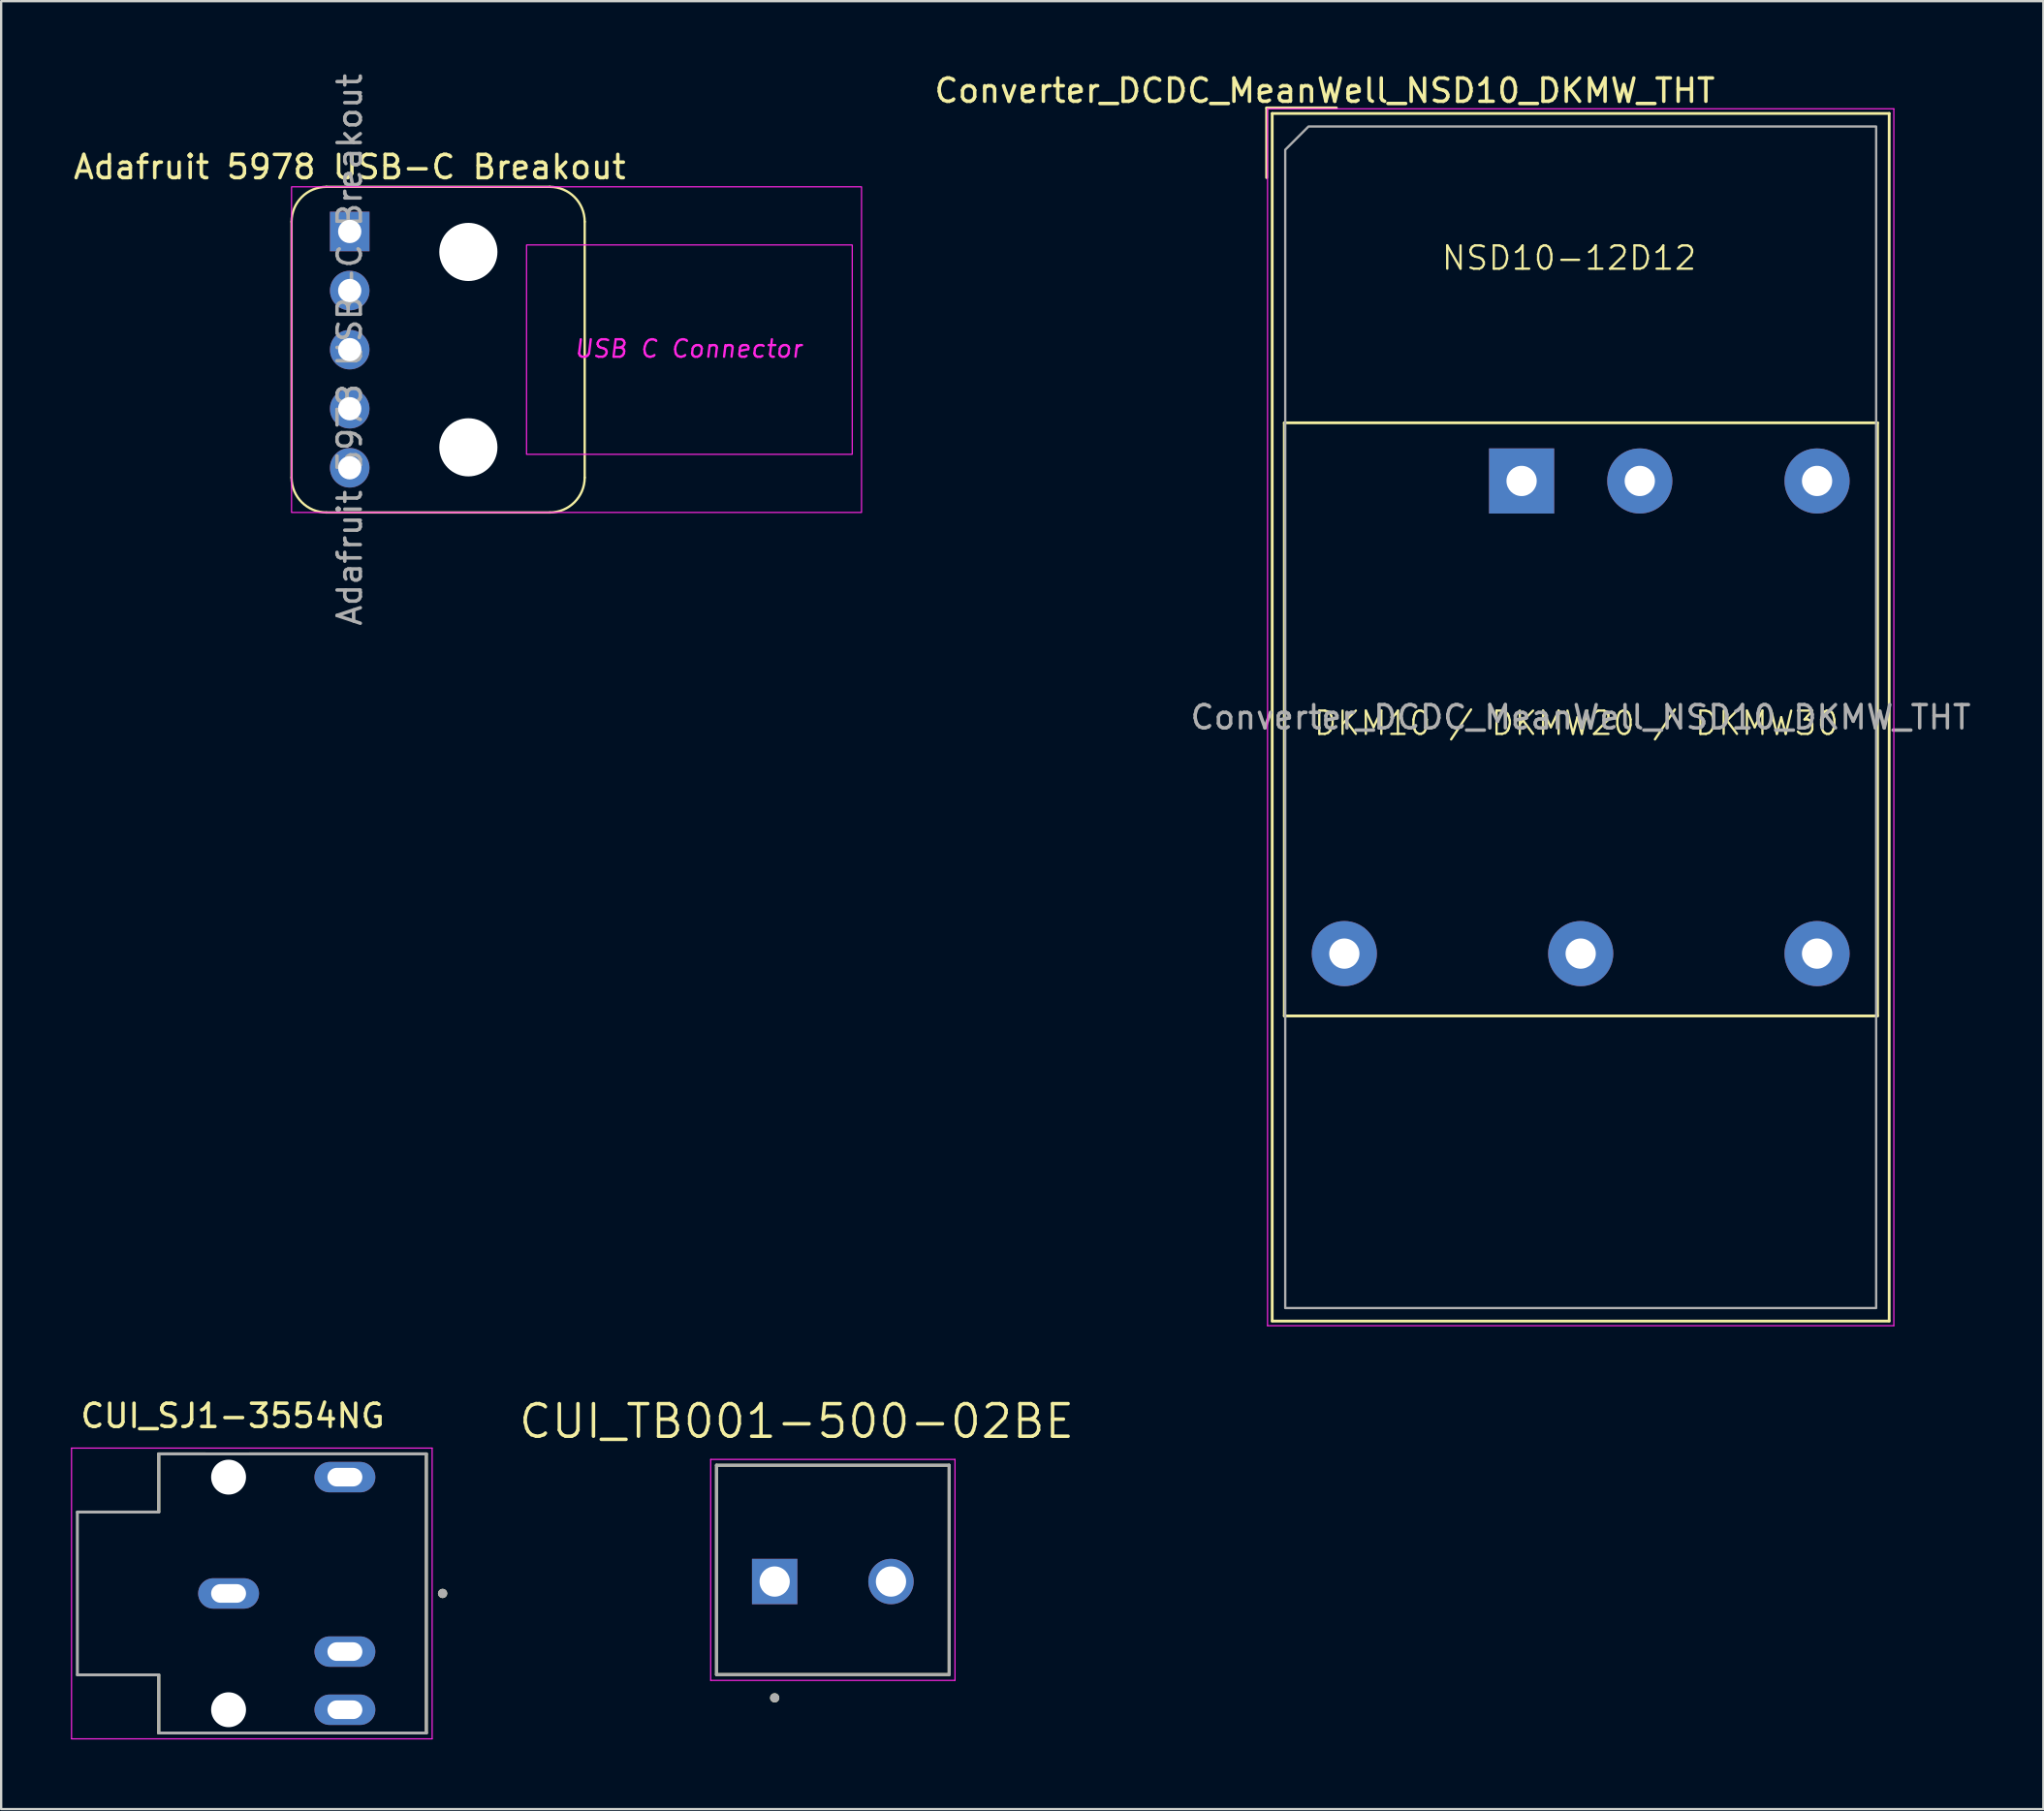
<source format=kicad_pcb>
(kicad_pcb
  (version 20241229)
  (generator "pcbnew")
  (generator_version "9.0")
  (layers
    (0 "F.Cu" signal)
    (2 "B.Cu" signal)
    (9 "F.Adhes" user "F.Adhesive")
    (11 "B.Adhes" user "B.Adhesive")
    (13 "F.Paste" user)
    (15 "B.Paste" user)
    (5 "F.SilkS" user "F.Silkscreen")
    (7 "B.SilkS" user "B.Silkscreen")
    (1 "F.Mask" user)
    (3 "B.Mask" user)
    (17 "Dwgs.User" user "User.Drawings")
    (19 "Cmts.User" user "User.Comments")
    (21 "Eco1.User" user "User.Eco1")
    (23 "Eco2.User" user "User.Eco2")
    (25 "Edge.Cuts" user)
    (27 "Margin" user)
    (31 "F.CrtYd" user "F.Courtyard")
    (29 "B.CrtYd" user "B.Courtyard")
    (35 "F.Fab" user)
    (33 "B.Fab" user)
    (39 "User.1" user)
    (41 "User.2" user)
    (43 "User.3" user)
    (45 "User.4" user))
  (footprint "CUI_SJ1-3554NG"
    (layer "F.Cu")
    (at 6.775 65.457)
    (property "Reference" "CUI_SJ1-3554NG" (at 0.175 -7.635 0) (layer "F.SilkS") (effects (font (size 1 1) (thickness 0.15))))
    (attr through_hole)
    (fp_line (start -3 -6) (end -3 -3.5) (stroke (width 0.127) (type solid)) (layer "F.SilkS"))
    (fp_line (start -3 3.5) (end -3 6) (stroke (width 0.127) (type solid)) (layer "F.SilkS"))
    (fp_line (start -3 6) (end -0.9 6) (stroke (width 0.127) (type solid)) (layer "F.SilkS"))
    (fp_line (start -1 -6) (end -3 -6) (stroke (width 0.127) (type solid)) (layer "F.SilkS"))
    (fp_line (start 0.95 6) (end 8.5 6) (stroke (width 0.127) (type solid)) (layer "F.SilkS"))
    (fp_line (start 8.5 -6) (end 0.9 -6) (stroke (width 0.127) (type solid)) (layer "F.SilkS"))
    (fp_line (start 8.5 6) (end 8.5 -6) (stroke (width 0.127) (type solid)) (layer "F.SilkS"))
    (fp_circle (center 9.2 0) (end 9.3 0) (stroke (width 0.2) (type solid)) (fill no) (layer "F.SilkS"))
    (fp_line (start -6.75 -6.25) (end 8.75 -6.25) (stroke (width 0.05) (type solid)) (layer "F.CrtYd"))
    (fp_line (start -6.75 6.25) (end -6.75 -6.25) (stroke (width 0.05) (type solid)) (layer "F.CrtYd"))
    (fp_line (start 8.75 -6.25) (end 8.75 6.25) (stroke (width 0.05) (type solid)) (layer "F.CrtYd"))
    (fp_line (start 8.75 6.25) (end -6.75 6.25) (stroke (width 0.05) (type solid)) (layer "F.CrtYd"))
    (fp_line (start -6.5 -3.5) (end -3 -3.5) (stroke (width 0.127) (type solid)) (layer "F.Fab"))
    (fp_line (start -6.5 3.5) (end -6.5 -3.5) (stroke (width 0.127) (type solid)) (layer "F.Fab"))
    (fp_line (start -3 -6) (end 8.5 -6) (stroke (width 0.127) (type solid)) (layer "F.Fab"))
    (fp_line (start -3 -3.5) (end -3 -6) (stroke (width 0.127) (type solid)) (layer "F.Fab"))
    (fp_line (start -3 3.5) (end -6.5 3.5) (stroke (width 0.127) (type solid)) (layer "F.Fab"))
    (fp_line (start -3 6) (end -3 3.5) (stroke (width 0.127) (type solid)) (layer "F.Fab"))
    (fp_line (start 8.5 -6) (end 8.5 6) (stroke (width 0.127) (type solid)) (layer "F.Fab"))
    (fp_line (start 8.5 6) (end -3 6) (stroke (width 0.127) (type solid)) (layer "F.Fab"))
    (fp_circle (center 9.2 0) (end 9.3 0) (stroke (width 0.2) (type solid)) (fill no) (layer "F.Fab"))
    (pad "" np_thru_hole circle (at 0 -5) (size 1.5 1.5) (drill 1.5) (layers "*.Cu" "*.Mask"))
    (pad "" np_thru_hole circle (at 0 5) (size 1.5 1.5) (drill 1.5) (layers "*.Cu" "*.Mask"))
    (pad "1" thru_hole oval (at 0 0) (size 2.616 1.308) (drill oval 1.5 0.8) (layers "*.Cu" "*.Mask"))
    (pad "2" thru_hole oval (at 5 5) (size 2.616 1.308) (drill oval 1.5 0.8) (layers "*.Cu" "*.Mask"))
    (pad "3" thru_hole oval (at 5 -5) (size 2.616 1.308) (drill oval 1.5 0.8) (layers "*.Cu" "*.Mask"))
    (pad "4" thru_hole oval (at 5 2.5) (size 2.616 1.308) (drill oval 1.5 0.8) (layers "*.Cu" "*.Mask")))
  (footprint "Converter_DCDC_MeanWell_NSD10_DKMW_THT"
    (layer "F.Cu")
    (at 62.354 17.628)
    (property "Reference" "Converter_DCDC_MeanWell_NSD10_DKMW_THT" (at -8.46 -16.78 0) (layer "F.SilkS") (effects (font (size 1 1) (thickness 0.15))))
    (attr through_hole)
    (fp_line (start -10.96 -16.04) (end -7.96 -16.04) (stroke (width 0.12) (type solid)) (layer "F.SilkS"))
    (fp_line (start -10.96 -13.04) (end -10.96 -16.04) (stroke (width 0.12) (type solid)) (layer "F.SilkS"))
    (fp_line (start -10.72 -15.8) (end -10.72 36.12) (stroke (width 0.12) (type solid)) (layer "F.SilkS"))
    (fp_line (start -10.72 -15.8) (end 15.8 -15.8) (stroke (width 0.12) (type solid)) (layer "F.SilkS"))
    (fp_line (start -10.72 36.12) (end 15.8 36.12) (stroke (width 0.12) (type solid)) (layer "F.SilkS"))
    (fp_line (start -10.2 -2.5) (end 15.3 -2.5) (stroke (width 0.12) (type solid)) (layer "F.SilkS"))
    (fp_line (start -10.2 23) (end -10.2 -2.5) (stroke (width 0.12) (type solid)) (layer "F.SilkS"))
    (fp_line (start 15.3 -2.5) (end 15.3 23) (stroke (width 0.12) (type solid)) (layer "F.SilkS"))
    (fp_line (start 15.3 23) (end -10.2 23) (stroke (width 0.12) (type solid)) (layer "F.SilkS"))
    (fp_line (start 15.8 -15.8) (end 15.8 36.12) (stroke (width 0.12) (type solid)) (layer "F.SilkS"))
    (fp_line (start -10.92 -16) (end -10.92 36.32) (stroke (width 0.05) (type solid)) (layer "F.CrtYd"))
    (fp_line (start -10.92 36.32) (end 16 36.32) (stroke (width 0.05) (type solid)) (layer "F.CrtYd"))
    (fp_line (start 16 -16) (end -10.92 -16) (stroke (width 0.05) (type solid)) (layer "F.CrtYd"))
    (fp_line (start 16 36.32) (end 16 -16) (stroke (width 0.05) (type solid)) (layer "F.CrtYd"))
    (fp_poly (pts (xy -10.16 -14.24) (xy -10.16 35.56) (xy 15.24 35.56) (xy 15.24 -15.24) (xy -9.16 -15.24)) (stroke (width 0.1) (type solid)) (fill no) (layer "F.Fab"))
    (fp_text user "DKM10 / DKMW20 / DKMW30" (at -9 11 0) (unlocked yes) (layer "F.SilkS") (effects (font (size 1 1) (thickness 0.1)) (justify left bottom)))
    (fp_text user "NSD10-12D12" (at -3.5 -9 0) (unlocked yes) (layer "F.SilkS") (effects (font (size 1 1) (thickness 0.1)) (justify left bottom)))
    (fp_text user "${REFERENCE}" (at 2.54 10.16 0) (layer "F.Fab") (effects (font (size 1 1) (thickness 0.15))))
    (pad "1" thru_hole rect (at 0 0) (size 2.8 2.8) (drill 1.3) (layers "*.Cu" "*.Mask"))
    (pad "2" thru_hole circle (at 5.08 0) (size 2.8 2.8) (drill 1.3) (layers "*.Cu" "*.Mask"))
    (pad "3" thru_hole circle (at -7.62 20.32) (size 2.8 2.8) (drill 1.3) (layers "*.Cu" "*.Mask"))
    (pad "4" thru_hole circle (at 2.54 20.32) (size 2.8 2.8) (drill 1.3) (layers "*.Cu" "*.Mask"))
    (pad "5" thru_hole circle (at 12.7 20.32) (size 2.8 2.8) (drill 1.3) (layers "*.Cu" "*.Mask"))
    (pad "6" thru_hole circle (at 12.7 0) (size 2.8 2.8) (drill 1.3) (layers "*.Cu" "*.Mask")))
  (footprint "Adafruit 5978 USB-C Breakout"
    (layer "F.Cu")
    (at 11.982 11.982)
    (property "Reference" "Adafruit 5978 USB-C Breakout" (at 0 -7.85 0) (layer "F.SilkS") (effects (font (size 1 1) (thickness 0.15))))
    (attr through_hole)
    (fp_line (start -2.5 -5.5) (end -2.5 5.5) (stroke (width 0.1) (type default)) (layer "F.SilkS"))
    (fp_line (start -1 -7) (end 8.6 -7) (stroke (width 0.1) (type default)) (layer "F.SilkS"))
    (fp_line (start -1 7) (end 8.6 7) (stroke (width 0.1) (type default)) (layer "F.SilkS"))
    (fp_line (start 10.1 -5.5) (end 10.1 5.5) (stroke (width 0.1) (type default)) (layer "F.SilkS"))
    (fp_arc (start -2.5 -5.5) (mid -2.06066 -6.56066) (end -1 -7) (stroke (width 0.1) (type default)) (layer "F.SilkS"))
    (fp_arc (start -1 7) (mid -2.06066 6.56066) (end -2.5 5.5) (stroke (width 0.1) (type default)) (layer "F.SilkS"))
    (fp_arc (start 8.6 -7) (mid 9.66066 -6.56066) (end 10.1 -5.5) (stroke (width 0.1) (type default)) (layer "F.SilkS"))
    (fp_arc (start 10.1 5.5) (mid 9.66066 6.56066) (end 8.6 7) (stroke (width 0.1) (type default)) (layer "F.SilkS"))
    (fp_rect (start -2.5 -7) (end 22 7) (stroke (width 0.05) (type default)) (fill no) (layer "F.CrtYd"))
    (fp_rect (start 7.6 -4.5) (end 21.6 4.5) (stroke (width 0.05) (type default)) (fill no) (layer "F.CrtYd"))
    (fp_text user "USB C Connector" (at 9.6 0.4 0) (unlocked yes) (layer "F.CrtYd") (effects (font (size 0.75 0.75) (thickness 0.1) (italic yes)) (justify left bottom)))
    (fp_text user "${REFERENCE}" (at 0 0 90) (layer "F.Fab") (effects (font (size 1 1) (thickness 0.15))))
    (pad "" np_thru_hole circle (at 5.1 -4.2) (size 2.5 2.5) (drill 2.5) (layers "*.Cu" "*.Mask"))
    (pad "" np_thru_hole circle (at 5.1 4.2) (size 2.5 2.5) (drill 2.5) (layers "*.Cu" "*.Mask"))
    (pad "1" thru_hole rect (at 0 -5.08) (size 1.7 1.7) (drill 1) (layers "*.Cu" "*.Mask"))
    (pad "2" thru_hole circle (at 0 -2.54) (size 1.7 1.7) (drill 1) (layers "*.Cu" "*.Mask"))
    (pad "3" thru_hole circle (at 0 0) (size 1.7 1.7) (drill 1) (layers "*.Cu" "*.Mask"))
    (pad "4" thru_hole circle (at 0 2.54) (size 1.7 1.7) (drill 1) (layers "*.Cu" "*.Mask"))
    (pad "5" thru_hole circle (at 0 5.08) (size 1.7 1.7) (drill 1) (layers "*.Cu" "*.Mask"))
    (zone (net_name "") (layer "F.CrtYd") (hatch edge 0.5) (connect_pads) (min_thickness 0.25) (filled_areas_thickness no) (keepout (tracks not_allowed) (vias not_allowed) (pads not_allowed) (copperpour allowed) (footprints allowed)) (placement (enabled no)) (fill) (polygon (pts (xy 19.582 7.482) (xy 33.582 7.482) (xy 33.582 16.482) (xy 19.582 16.482)))))
  (footprint "CUI_TB001-500-02BE"
    (layer "F.Cu")
    (at 30.248 64.945)
    (property "Reference" "CUI_TB001-500-02BE" (at 0.945 -6.889 0) (layer "F.SilkS") (effects (font (size 1.4 1.4) (thickness 0.15))))
    (attr through_hole)
    (fp_line (start -2.5 -5) (end 7.5 -5) (stroke (width 0.127) (type solid)) (layer "F.SilkS"))
    (fp_line (start -2.5 4) (end -2.5 -5) (stroke (width 0.127) (type solid)) (layer "F.SilkS"))
    (fp_line (start 7.5 -5) (end 7.5 4) (stroke (width 0.127) (type solid)) (layer "F.SilkS"))
    (fp_line (start 7.5 4) (end -2.5 4) (stroke (width 0.127) (type solid)) (layer "F.SilkS"))
    (fp_circle (center 0 5) (end 0.1 5) (stroke (width 0.2) (type solid)) (fill no) (layer "F.SilkS"))
    (fp_line (start -2.75 -5.25) (end 7.75 -5.25) (stroke (width 0.05) (type solid)) (layer "F.CrtYd"))
    (fp_line (start -2.75 4.25) (end -2.75 -5.25) (stroke (width 0.05) (type solid)) (layer "F.CrtYd"))
    (fp_line (start 7.75 -5.25) (end 7.75 4.25) (stroke (width 0.05) (type solid)) (layer "F.CrtYd"))
    (fp_line (start 7.75 4.25) (end -2.75 4.25) (stroke (width 0.05) (type solid)) (layer "F.CrtYd"))
    (fp_line (start -2.5 -5) (end 7.5 -5) (stroke (width 0.127) (type solid)) (layer "F.Fab"))
    (fp_line (start -2.5 4) (end -2.5 -5) (stroke (width 0.127) (type solid)) (layer "F.Fab"))
    (fp_line (start 7.5 -5) (end 7.5 4) (stroke (width 0.127) (type solid)) (layer "F.Fab"))
    (fp_line (start 7.5 4) (end -2.5 4) (stroke (width 0.127) (type solid)) (layer "F.Fab"))
    (fp_circle (center 0 5) (end 0.1 5) (stroke (width 0.2) (type solid)) (fill no) (layer "F.Fab"))
    (pad "1" thru_hole rect (at 0 0) (size 1.95 1.95) (drill 1.3) (layers "*.Cu" "*.Mask"))
    (pad "2" thru_hole circle (at 5 0) (size 1.95 1.95) (drill 1.3) (layers "*.Cu" "*.Mask")))
  (gr_rect
    (start -3 -3)
    (end 84.781 74.731)
    (stroke (width 0.1) (type default))
    (fill no)
    (layer "Edge.Cuts")))
</source>
